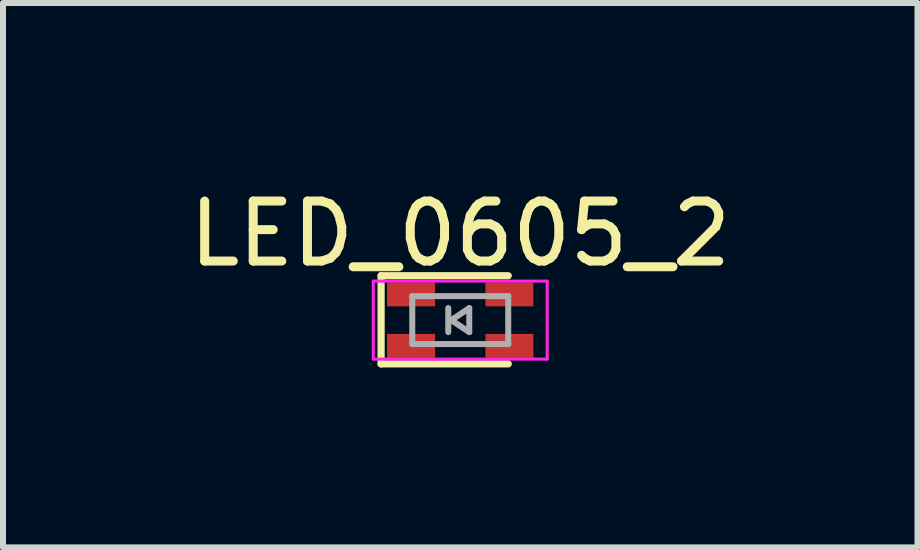
<source format=kicad_pcb>
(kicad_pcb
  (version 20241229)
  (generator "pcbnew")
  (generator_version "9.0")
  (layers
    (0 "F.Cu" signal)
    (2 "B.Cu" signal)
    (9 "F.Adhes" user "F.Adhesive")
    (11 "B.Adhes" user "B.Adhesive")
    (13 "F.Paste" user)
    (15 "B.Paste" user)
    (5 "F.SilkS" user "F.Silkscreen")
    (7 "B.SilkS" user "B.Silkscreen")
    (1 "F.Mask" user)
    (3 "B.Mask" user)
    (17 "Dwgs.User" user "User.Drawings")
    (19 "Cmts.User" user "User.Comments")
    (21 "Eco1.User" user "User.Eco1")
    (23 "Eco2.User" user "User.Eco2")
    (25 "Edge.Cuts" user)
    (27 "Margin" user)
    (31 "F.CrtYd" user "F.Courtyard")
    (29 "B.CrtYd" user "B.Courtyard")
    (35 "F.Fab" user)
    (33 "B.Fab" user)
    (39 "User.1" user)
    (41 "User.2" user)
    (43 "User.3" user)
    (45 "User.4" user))
  (footprint "LED_0605_2"
    (layer "F.Cu")
    (at 4.625 2.288)
    (property "Reference" "LED_0605_2" (at 0 -1.44 0) (layer "F.SilkS") (effects (font (size 1 1) (thickness 0.15))))
    (attr smd)
    (fp_line (start -1.32 -0.74) (end -1.32 0.73) (stroke (width 0.12) (type solid)) (layer "F.SilkS"))
    (fp_line (start -1.32 0.73) (end 0.8 0.73) (stroke (width 0.12) (type solid)) (layer "F.SilkS"))
    (fp_line (start 0.8 -0.74) (end -1.32 -0.74) (stroke (width 0.12) (type solid)) (layer "F.SilkS"))
    (fp_line (start -1.45 -0.65) (end 1.45 -0.65) (stroke (width 0.05) (type solid)) (layer "F.CrtYd"))
    (fp_line (start -1.45 0.65) (end -1.45 -0.65) (stroke (width 0.05) (type solid)) (layer "F.CrtYd"))
    (fp_line (start 1.45 -0.65) (end 1.45 0.65) (stroke (width 0.05) (type solid)) (layer "F.CrtYd"))
    (fp_line (start 1.45 0.65) (end -1.45 0.65) (stroke (width 0.05) (type solid)) (layer "F.CrtYd"))
    (fp_line (start -0.8 -0.4) (end 0.8 -0.4) (stroke (width 0.1) (type solid)) (layer "F.Fab"))
    (fp_line (start -0.8 0.4) (end -0.8 -0.4) (stroke (width 0.1) (type solid)) (layer "F.Fab"))
    (fp_line (start -0.2 -0.2) (end -0.2 0.2) (stroke (width 0.1) (type solid)) (layer "F.Fab"))
    (fp_line (start -0.15 0) (end 0.15 -0.2) (stroke (width 0.1) (type solid)) (layer "F.Fab"))
    (fp_line (start 0.15 -0.2) (end 0.15 0.2) (stroke (width 0.1) (type solid)) (layer "F.Fab"))
    (fp_line (start 0.15 0.2) (end -0.15 0) (stroke (width 0.1) (type solid)) (layer "F.Fab"))
    (fp_line (start 0.8 -0.4) (end 0.8 0.4) (stroke (width 0.1) (type solid)) (layer "F.Fab"))
    (fp_line (start 0.8 0.4) (end -0.8 0.4) (stroke (width 0.1) (type solid)) (layer "F.Fab"))
    (pad "1" smd rect (at 0.82 -0.43 180) (size 0.8 0.4) (layers "F.Cu" "F.Mask" "F.Paste"))
    (pad "2" smd rect (at -0.82 -0.43 180) (size 0.8 0.4) (layers "F.Cu" "F.Mask" "F.Paste"))
    (pad "3" smd rect (at 0.82 0.43 180) (size 0.8 0.4) (layers "F.Cu" "F.Mask" "F.Paste"))
    (pad "4" smd rect (at -0.82 0.43) (size 0.8 0.4) (layers "F.Cu" "F.Mask" "F.Paste")))
  (gr_rect
    (start -3 -3)
    (end 12.25 6.078)
    (stroke (width 0.1) (type default))
    (fill no)
    (layer "Edge.Cuts")))
</source>
